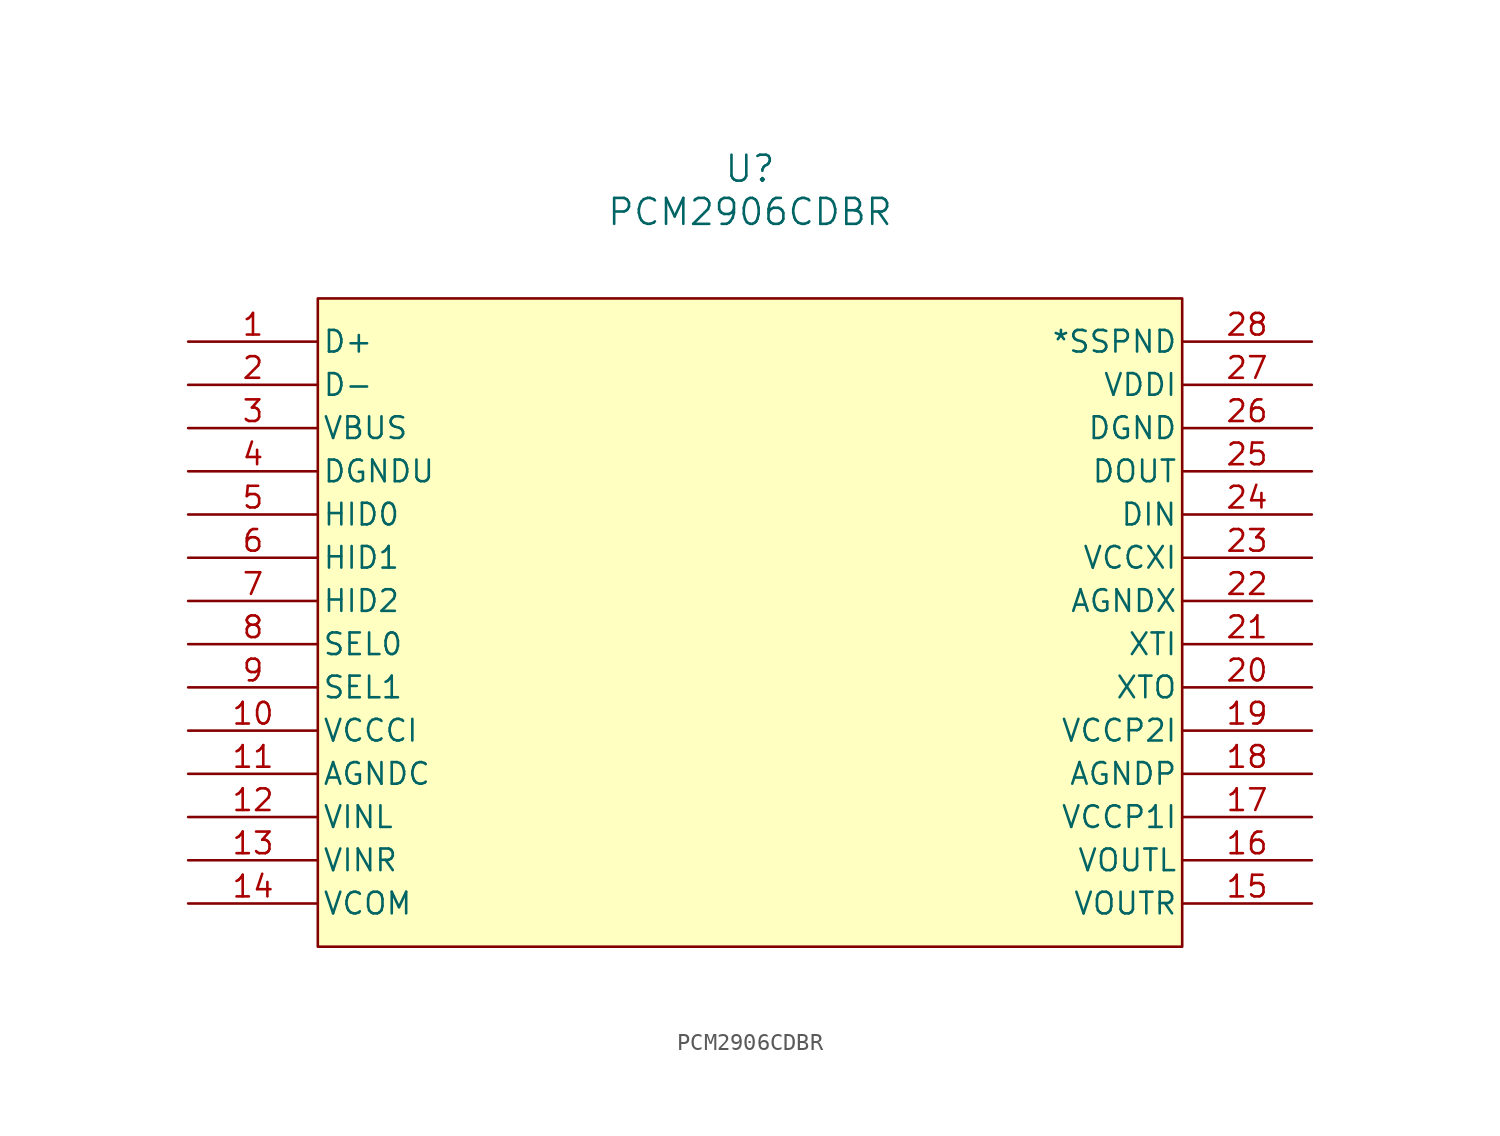
<source format=kicad_sym>
(kicad_symbol_lib
  (version 20241209)
  (generator "kicad_symbol_editor")
  (generator_version "9.0")
  (symbol "PCM2906CDBR"
    (pin_names
      (offset 0.254))
    (property "Reference" "U"
      (at 33.02 10.16 0)
      (effects (font (size 1.524 1.524))))
    (property "Value" "PCM2906CDBR"
      (at 33.02 7.62 0)
      (effects (font (size 1.524 1.524))))
    (property "ki_locked" ""
      (at 0 0 0)
      (effects (font (size 1.27 1.27))))
    (symbol "PCM2906CDBR_0_1"
      (pin bidirectional line (at 0 0 0) (length 7.62) (name "D+" (effects (font (size 1.27 1.27)))) (number "1" (effects (font (size 1.27 1.27)))))
      (pin bidirectional line (at 0 -2.54 0) (length 7.62) (name "D-" (effects (font (size 1.27 1.27)))) (number "2" (effects (font (size 1.27 1.27)))))
      (pin power_in line (at 0 -5.08 0) (length 7.62) (name "VBUS" (effects (font (size 1.27 1.27)))) (number "3" (effects (font (size 1.27 1.27)))))
      (pin power_in line (at 0 -7.62 0) (length 7.62) (name "DGNDU" (effects (font (size 1.27 1.27)))) (number "4" (effects (font (size 1.27 1.27)))))
      (pin input line (at 0 -10.16 0) (length 7.62) (name "HID0" (effects (font (size 1.27 1.27)))) (number "5" (effects (font (size 1.27 1.27)))))
      (pin input line (at 0 -12.7 0) (length 7.62) (name "HID1" (effects (font (size 1.27 1.27)))) (number "6" (effects (font (size 1.27 1.27)))))
      (pin input line (at 0 -15.24 0) (length 7.62) (name "HID2" (effects (font (size 1.27 1.27)))) (number "7" (effects (font (size 1.27 1.27)))))
      (pin input line (at 0 -17.78 0) (length 7.62) (name "SEL0" (effects (font (size 1.27 1.27)))) (number "8" (effects (font (size 1.27 1.27)))))
      (pin input line (at 0 -20.32 0) (length 7.62) (name "SEL1" (effects (font (size 1.27 1.27)))) (number "9" (effects (font (size 1.27 1.27)))))
      (pin power_in line (at 0 -22.86 0) (length 7.62) (name "VCCCI" (effects (font (size 1.27 1.27)))) (number "10" (effects (font (size 1.27 1.27)))))
      (pin power_in line (at 0 -25.4 0) (length 7.62) (name "AGNDC" (effects (font (size 1.27 1.27)))) (number "11" (effects (font (size 1.27 1.27)))))
      (pin input line (at 0 -27.94 0) (length 7.62) (name "VINL" (effects (font (size 1.27 1.27)))) (number "12" (effects (font (size 1.27 1.27)))))
      (pin input line (at 0 -30.48 0) (length 7.62) (name "VINR" (effects (font (size 1.27 1.27)))) (number "13" (effects (font (size 1.27 1.27)))))
      (pin power_in line (at 0 -33.02 0) (length 7.62) (name "VCOM" (effects (font (size 1.27 1.27)))) (number "14" (effects (font (size 1.27 1.27)))))
      (pin output line (at 66.04 0 180) (length 7.62) (name "*SSPND" (effects (font (size 1.27 1.27)))) (number "28" (effects (font (size 1.27 1.27)))))
      (pin power_in line (at 66.04 -2.54 180) (length 7.62) (name "VDDI" (effects (font (size 1.27 1.27)))) (number "27" (effects (font (size 1.27 1.27)))))
      (pin power_in line (at 66.04 -5.08 180) (length 7.62) (name "DGND" (effects (font (size 1.27 1.27)))) (number "26" (effects (font (size 1.27 1.27)))))
      (pin output line (at 66.04 -7.62 180) (length 7.62) (name "DOUT" (effects (font (size 1.27 1.27)))) (number "25" (effects (font (size 1.27 1.27)))))
      (pin input line (at 66.04 -10.16 180) (length 7.62) (name "DIN" (effects (font (size 1.27 1.27)))) (number "24" (effects (font (size 1.27 1.27)))))
      (pin power_in line (at 66.04 -12.7 180) (length 7.62) (name "VCCXI" (effects (font (size 1.27 1.27)))) (number "23" (effects (font (size 1.27 1.27)))))
      (pin power_in line (at 66.04 -15.24 180) (length 7.62) (name "AGNDX" (effects (font (size 1.27 1.27)))) (number "22" (effects (font (size 1.27 1.27)))))
      (pin input line (at 66.04 -17.78 180) (length 7.62) (name "XTI" (effects (font (size 1.27 1.27)))) (number "21" (effects (font (size 1.27 1.27)))))
      (pin output line (at 66.04 -20.32 180) (length 7.62) (name "XTO" (effects (font (size 1.27 1.27)))) (number "20" (effects (font (size 1.27 1.27)))))
      (pin power_in line (at 66.04 -22.86 180) (length 7.62) (name "VCCP2I" (effects (font (size 1.27 1.27)))) (number "19" (effects (font (size 1.27 1.27)))))
      (pin power_in line (at 66.04 -25.4 180) (length 7.62) (name "AGNDP" (effects (font (size 1.27 1.27)))) (number "18" (effects (font (size 1.27 1.27)))))
      (pin power_in line (at 66.04 -27.94 180) (length 7.62) (name "VCCP1I" (effects (font (size 1.27 1.27)))) (number "17" (effects (font (size 1.27 1.27)))))
      (pin output line (at 66.04 -30.48 180) (length 7.62) (name "VOUTL" (effects (font (size 1.27 1.27)))) (number "16" (effects (font (size 1.27 1.27)))))
      (pin output line (at 66.04 -33.02 180) (length 7.62) (name "VOUTR" (effects (font (size 1.27 1.27)))) (number "15" (effects (font (size 1.27 1.27))))))
    (symbol "PCM2906CDBR_1_1"
      (rectangle (start 7.62 2.54) (end 58.42 -35.56) (stroke (width 0) (type default)) (fill (type color) (color 255 255 194 1))))))
</source>
